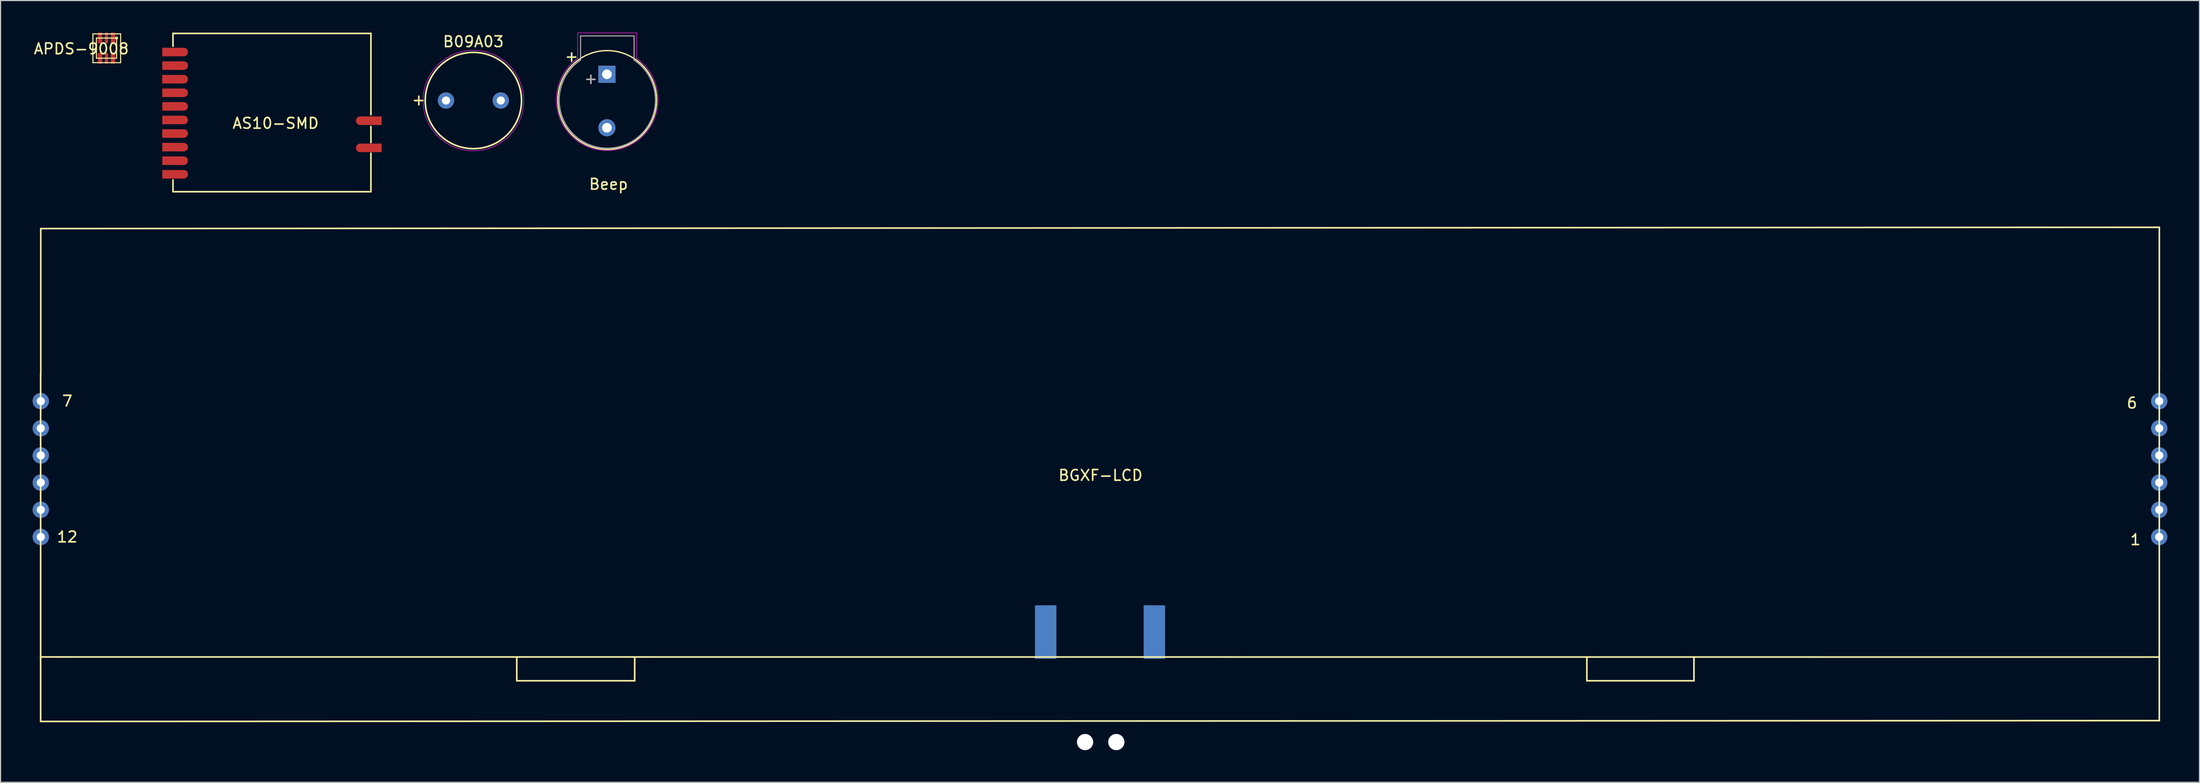
<source format=kicad_pcb>
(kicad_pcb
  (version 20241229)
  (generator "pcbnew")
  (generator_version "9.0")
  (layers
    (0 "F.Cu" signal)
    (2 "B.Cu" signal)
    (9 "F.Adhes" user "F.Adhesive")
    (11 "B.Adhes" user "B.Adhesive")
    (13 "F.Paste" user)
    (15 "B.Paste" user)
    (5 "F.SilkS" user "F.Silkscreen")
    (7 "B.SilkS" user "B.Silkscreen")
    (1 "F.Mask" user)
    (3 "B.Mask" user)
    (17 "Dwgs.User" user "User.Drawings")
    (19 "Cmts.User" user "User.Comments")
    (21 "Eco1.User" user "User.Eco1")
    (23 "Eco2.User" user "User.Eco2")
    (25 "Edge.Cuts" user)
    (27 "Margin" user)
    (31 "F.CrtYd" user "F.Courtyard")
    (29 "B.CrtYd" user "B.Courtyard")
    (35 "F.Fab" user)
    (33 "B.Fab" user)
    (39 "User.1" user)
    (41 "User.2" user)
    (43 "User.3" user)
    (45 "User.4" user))
  (footprint "Beep"
    (layer "F.Cu")
    (at 53.698 6.275)
    (property "Reference" "Beep" (at 0.127 7.899 0) (layer "F.SilkS") (effects (font (size 1 1) (thickness 0.15))))
    (attr through_hole)
    (fp_circle (center 0.003 0.025) (end 4.623 0.025) (stroke (width 0.12) (type solid)) (fill no) (layer "F.SilkS"))
    (fp_line (start -2.76 -3.873) (end -2.76 -6.243) (stroke (width 0.05) (type solid)) (layer "F.CrtYd"))
    (fp_line (start -2.75 -6.25) (end 2.75 -6.25) (stroke (width 0.05) (type solid)) (layer "F.CrtYd"))
    (fp_line (start 2.75 -6.25) (end 2.75 -3.88) (stroke (width 0.05) (type solid)) (layer "F.CrtYd"))
    (fp_arc (start 2.75 -3.88) (mid 0.006009 4.755719) (end -2.759797 -3.873038) (stroke (width 0.05) (type solid)) (layer "F.CrtYd"))
    (fp_line (start -2.489 -5.969) (end -2.489 -3.709) (stroke (width 0.1) (type solid)) (layer "F.Fab"))
    (fp_line (start -2.485 -5.968) (end 2.515 -5.968) (stroke (width 0.1) (type solid)) (layer "F.Fab"))
    (fp_line (start 2.515 -5.968) (end 2.515 -3.708) (stroke (width 0.1) (type solid)) (layer "F.Fab"))
    (fp_arc (start 2.5146 -3.7084) (mid 0.017684 4.530221) (end -2.490526 -3.704968) (stroke (width 0.1) (type solid)) (layer "F.Fab"))
    (fp_text user "+" (at -3.325 -4.06 0) (layer "F.SilkS") (effects (font (size 1 1) (thickness 0.15))))
    (fp_text user "+" (at -1.525 -1.98 0) (layer "F.Fab") (effects (font (size 1 1) (thickness 0.15))))
    (pad "1" thru_hole rect (at -0.025 -2.38) (size 1.6 1.6) (drill 0.9) (layers "*.Cu" "*.Mask"))
    (pad "2" thru_hole circle (at -0.025 2.62) (size 1.6 1.6) (drill 0.9) (layers "*.Cu" "*.Mask")))
  (footprint "BGXF-LCD"
    (layer "F.Cu")
    (at 99.758 39.53)
    (property "Reference" "BGXF-LCD" (at 0.05 1.86 0) (layer "F.SilkS") (effects (font (size 1 1) (thickness 0.15))))
    (attr smd)
    (fp_line (start -99.01 -7.596) (end -99.01 18.91) (stroke (width 0.15) (type solid)) (layer "F.SilkS"))
    (fp_line (start -99.01 18.87) (end -99.01 24.851) (stroke (width 0.15) (type solid)) (layer "F.SilkS"))
    (fp_line (start -99.01 24.87) (end 99 24.79) (stroke (width 0.15) (type solid)) (layer "F.SilkS"))
    (fp_line (start -99 -21.21) (end 99 -21.33) (stroke (width 0.15) (type solid)) (layer "F.SilkS"))
    (fp_line (start -99 18.84) (end 98.99 18.85) (stroke (width 0.15) (type solid)) (layer "F.SilkS"))
    (fp_line (start -98.996 -7.62) (end -98.996 -21.209) (stroke (width 0.15) (type solid)) (layer "F.SilkS"))
    (fp_line (start -54.51 21.07) (end -54.51 18.85) (stroke (width 0.15) (type solid)) (layer "F.SilkS"))
    (fp_line (start -54.497 21.066) (end -43.496 21.066) (stroke (width 0.15) (type solid)) (layer "F.SilkS"))
    (fp_line (start -43.49 21.07) (end -43.49 18.85) (stroke (width 0.15) (type solid)) (layer "F.SilkS"))
    (fp_line (start 45.5 21.06) (end 45.5 18.85) (stroke (width 0.15) (type solid)) (layer "F.SilkS"))
    (fp_line (start 45.504 21.066) (end 55.504 21.066) (stroke (width 0.15) (type solid)) (layer "F.SilkS"))
    (fp_line (start 55.51 21.07) (end 55.51 18.85) (stroke (width 0.15) (type solid)) (layer "F.SilkS"))
    (fp_line (start 99 -21.33) (end 99 -21.32) (stroke (width 0.15) (type solid)) (layer "F.SilkS"))
    (fp_line (start 99 -7.62) (end 99 18.786) (stroke (width 0.15) (type solid)) (layer "F.SilkS"))
    (fp_line (start 99 18.8) (end 99 24.781) (stroke (width 0.15) (type solid)) (layer "F.SilkS"))
    (fp_line (start 99.004 -7.72) (end 99.004 -21.309) (stroke (width 0.15) (type solid)) (layer "F.SilkS"))
    (fp_text user "7" (at -96.52 -5.08 0) (layer "F.SilkS") (effects (font (size 1 1) (thickness 0.15))))
    (fp_text user "1" (at 96.774 7.874 0) (layer "F.SilkS") (effects (font (size 1 1) (thickness 0.15))))
    (fp_text user "12" (at -96.52 7.62 0) (layer "F.SilkS") (effects (font (size 1 1) (thickness 0.15))))
    (fp_text user "6" (at 96.45 -4.9 0) (layer "F.SilkS") (effects (font (size 1 1) (thickness 0.15))))
    (pad "" thru_hole circle (at -1.397 26.797) (size 1.524 1.524) (drill 1.5) (layers "*.Cu" "*.Mask"))
    (pad "" thru_hole circle (at 1.524 26.797) (size 1.524 1.524) (drill 1.5) (layers "*.Cu" "*.Mask"))
    (pad "1" thru_hole circle (at 98.996 7.62) (size 1.524 1.524) (drill 0.762) (layers "*.Cu" "*.Mask"))
    (pad "2" thru_hole circle (at 98.996 5.08) (size 1.524 1.524) (drill 0.762) (layers "*.Cu" "*.Mask"))
    (pad "3" thru_hole circle (at 98.996 2.54) (size 1.524 1.524) (drill 0.762) (layers "*.Cu" "*.Mask"))
    (pad "4" thru_hole circle (at 98.996 0) (size 1.524 1.524) (drill 0.762) (layers "*.Cu" "*.Mask"))
    (pad "5" thru_hole circle (at 98.996 -2.54) (size 1.524 1.524) (drill 0.762) (layers "*.Cu" "*.Mask"))
    (pad "6" thru_hole circle (at 98.996 -5.08) (size 1.524 1.524) (drill 0.762) (layers "*.Cu" "*.Mask"))
    (pad "7" thru_hole circle (at -98.996 -5.08) (size 1.524 1.524) (drill 0.762) (layers "*.Cu" "*.Mask"))
    (pad "8" thru_hole circle (at -98.996 -2.54) (size 1.524 1.524) (drill 0.762) (layers "*.Cu" "*.Mask"))
    (pad "9" thru_hole circle (at -98.996 0) (size 1.524 1.524) (drill 0.762) (layers "*.Cu" "*.Mask"))
    (pad "10" thru_hole circle (at -98.996 2.54) (size 1.524 1.524) (drill 0.762) (layers "*.Cu" "*.Mask"))
    (pad "11" thru_hole circle (at -98.996 5.08) (size 1.524 1.524) (drill 0.762) (layers "*.Cu" "*.Mask"))
    (pad "12" thru_hole circle (at -98.996 7.62) (size 1.524 1.524) (drill 0.762) (layers "*.Cu" "*.Mask"))
    (pad "14" smd rect (at 5.08 16.51 90) (size 5 2) (layers "B.Cu" "B.Mask" "B.Paste"))
    (pad "15" smd rect (at -5.08 16.51 90) (size 5 2) (layers "B.Cu" "B.Mask" "B.Paste")))
  (footprint "APDS-9008"
    (layer "F.Cu")
    (at 6.903 1.45)
    (property "Reference" "APDS-9008" (at -2.349 0.064 0) (layer "F.SilkS") (effects (font (size 1 1) (thickness 0.15))))
    (attr through_hole)
    (fp_line (start -1.27 -1.333) (end 1.321 -1.333) (stroke (width 0.1) (type solid)) (layer "F.SilkS"))
    (fp_line (start -1.27 1.359) (end -1.27 -1.333) (stroke (width 0.1) (type solid)) (layer "F.SilkS"))
    (fp_line (start -1.27 1.359) (end 1.321 1.359) (stroke (width 0.1) (type solid)) (layer "F.SilkS"))
    (fp_line (start -0.94 -0.94) (end 0.94 -0.94) (stroke (width 0.1) (type solid)) (layer "F.SilkS"))
    (fp_line (start -0.94 -0.914) (end -0.94 -0.94) (stroke (width 0.1) (type solid)) (layer "F.SilkS"))
    (fp_line (start -0.94 0.94) (end -0.94 -0.914) (stroke (width 0.1) (type solid)) (layer "F.SilkS"))
    (fp_line (start -0.914 0.94) (end -0.94 0.94) (stroke (width 0.1) (type solid)) (layer "F.SilkS"))
    (fp_line (start 0.94 -0.94) (end 0.94 0.94) (stroke (width 0.1) (type solid)) (layer "F.SilkS"))
    (fp_line (start 0.94 0.94) (end -0.914 0.94) (stroke (width 0.1) (type solid)) (layer "F.SilkS"))
    (fp_line (start 1.321 1.359) (end 1.321 -1.333) (stroke (width 0.1) (type solid)) (layer "F.SilkS"))
    (fp_circle (center 0.94 -0.94) (end 1.016 -0.889) (stroke (width 0.1) (type solid)) (fill no) (layer "F.SilkS"))
    (pad "1" smd rect (at 0.6 -0.95 180) (size 0.4 1) (layers "F.Cu" "F.Mask" "F.Paste"))
    (pad "2" smd rect (at 0 -0.95 180) (size 0.3 1) (layers "F.Cu" "F.Mask" "F.Paste"))
    (pad "3" smd rect (at -0.6 -0.95 180) (size 0.4 1) (layers "F.Cu" "F.Mask" "F.Paste"))
    (pad "4" smd rect (at -0.6 0.95 180) (size 0.4 1) (layers "F.Cu" "F.Mask" "F.Paste"))
    (pad "5" smd rect (at 0 0.95 180) (size 0.3 1) (layers "F.Cu" "F.Mask" "F.Paste"))
    (pad "6" smd rect (at 0.6 0.95 180) (size 0.4 1) (layers "F.Cu" "F.Mask" "F.Paste")))
  (footprint "AS10-SMD"
    (layer "F.Cu")
    (at 31.617 14.875)
    (property "Reference" "AS10-SMD" (at -8.9 -6.4 0) (layer "F.SilkS") (effects (font (size 1 1) (thickness 0.15))))
    (attr through_hole)
    (fp_line (start -18.5 -14.8) (end -18.5 -13.6) (stroke (width 0.15) (type solid)) (layer "F.SilkS"))
    (fp_line (start -18.5 -14.8) (end 0 -14.8) (stroke (width 0.15) (type solid)) (layer "F.SilkS"))
    (fp_line (start -18.5 0) (end -18.5 -1.1) (stroke (width 0.15) (type solid)) (layer "F.SilkS"))
    (fp_line (start -18.5 0) (end 0 0) (stroke (width 0.15) (type solid)) (layer "F.SilkS"))
    (fp_line (start 0 -14.8) (end 0 -7.2) (stroke (width 0.15) (type solid)) (layer "F.SilkS"))
    (fp_line (start 0 -6.1) (end 0 -4.6) (stroke (width 0.15) (type solid)) (layer "F.SilkS"))
    (fp_line (start 0 -3.6) (end 0 0) (stroke (width 0.15) (type solid)) (layer "F.SilkS"))
    (pad "1" smd rect (at -18.5 -13.06) (size 2 0.8) (layers "F.Cu" "F.Mask" "F.Paste"))
    (pad "1" smd circle (at -17.5 -13.06) (size 0.8 0.8) (layers "F.Cu" "F.Mask" "F.Paste"))
    (pad "2" smd rect (at -18.5 -11.79) (size 2 0.8) (layers "F.Cu" "F.Mask" "F.Paste"))
    (pad "2" smd circle (at -17.5 -11.79) (size 0.8 0.8) (layers "F.Cu" "F.Mask" "F.Paste"))
    (pad "3" smd rect (at -18.51 -10.52) (size 2 0.8) (layers "F.Cu" "F.Mask" "F.Paste"))
    (pad "3" smd circle (at -17.5 -10.52) (size 0.8 0.8) (layers "F.Cu" "F.Mask" "F.Paste"))
    (pad "4" smd rect (at -18.5 -9.25) (size 2 0.8) (layers "F.Cu" "F.Mask" "F.Paste"))
    (pad "4" smd circle (at -17.5 -9.25) (size 0.8 0.8) (layers "F.Cu" "F.Mask" "F.Paste"))
    (pad "5" smd rect (at -18.5 -7.98) (size 2 0.8) (layers "F.Cu" "F.Mask" "F.Paste"))
    (pad "5" smd circle (at -17.5 -7.98) (size 0.8 0.8) (layers "F.Cu" "F.Mask" "F.Paste"))
    (pad "6" smd rect (at -18.5 -6.71) (size 2 0.8) (layers "F.Cu" "F.Mask" "F.Paste"))
    (pad "6" smd circle (at -17.5 -6.71) (size 0.8 0.8) (layers "F.Cu" "F.Mask" "F.Paste"))
    (pad "7" smd rect (at -18.5 -5.44) (size 2 0.8) (layers "F.Cu" "F.Mask" "F.Paste"))
    (pad "7" smd circle (at -17.5 -5.44) (size 0.8 0.8) (layers "F.Cu" "F.Mask" "F.Paste"))
    (pad "8" smd rect (at -18.5 -4.17) (size 2 0.8) (layers "F.Cu" "F.Mask" "F.Paste"))
    (pad "8" smd circle (at -17.5 -4.17) (size 0.8 0.8) (layers "F.Cu" "F.Mask" "F.Paste"))
    (pad "9" smd rect (at -18.5 -2.9) (size 2 0.8) (layers "F.Cu" "F.Mask" "F.Paste"))
    (pad "9" smd circle (at -17.5 -2.9) (size 0.8 0.8) (layers "F.Cu" "F.Mask" "F.Paste"))
    (pad "10" smd rect (at -18.5 -1.63) (size 2 0.8) (layers "F.Cu" "F.Mask" "F.Paste"))
    (pad "10" smd circle (at -17.5 -1.63) (size 0.8 0.8) (layers "F.Cu" "F.Mask" "F.Paste"))
    (pad "11" smd circle (at -1 -4.1 180) (size 0.8 0.8) (layers "F.Cu" "F.Mask" "F.Paste"))
    (pad "11" smd rect (at 0 -4.1 180) (size 2 0.8) (layers "F.Cu" "F.Mask" "F.Paste"))
    (pad "12" smd circle (at -1 -6.64 180) (size 0.8 0.8) (layers "F.Cu" "F.Mask" "F.Paste"))
    (pad "12" smd rect (at 0 -6.64 180) (size 2 0.8) (layers "F.Cu" "F.Mask" "F.Paste")))
  (footprint "B09A03"
    (layer "F.Cu")
    (at 41.192 6.348)
    (property "Reference" "B09A03" (at 0 -5.5 0) (layer "F.SilkS") (effects (font (size 1 1) (thickness 0.15))))
    (attr through_hole)
    (fp_line (start -5.5 0) (end -4.7 0) (stroke (width 0.15) (type solid)) (layer "F.SilkS"))
    (fp_line (start -5.1 -0.4) (end -5.1 0.4) (stroke (width 0.15) (type solid)) (layer "F.SilkS"))
    (fp_circle (center 0 0) (end 4.5 0) (stroke (width 0.15) (type solid)) (fill no) (layer "F.SilkS"))
    (fp_circle (center 0 0) (end 4.7 0) (stroke (width 0.05) (type solid)) (fill no) (layer "F.CrtYd"))
    (pad "1" thru_hole circle (at -2.56 0) (size 1.524 1.524) (drill 0.762) (layers "*.Cu" "*.Mask"))
    (pad "2" thru_hole circle (at 2.56 0) (size 1.524 1.524) (drill 0.762) (layers "*.Cu" "*.Mask")))
  (gr_rect
    (start -3 -3)
    (end 202.516 70.089)
    (stroke (width 0.1) (type default))
    (fill no)
    (layer "Edge.Cuts")))
</source>
